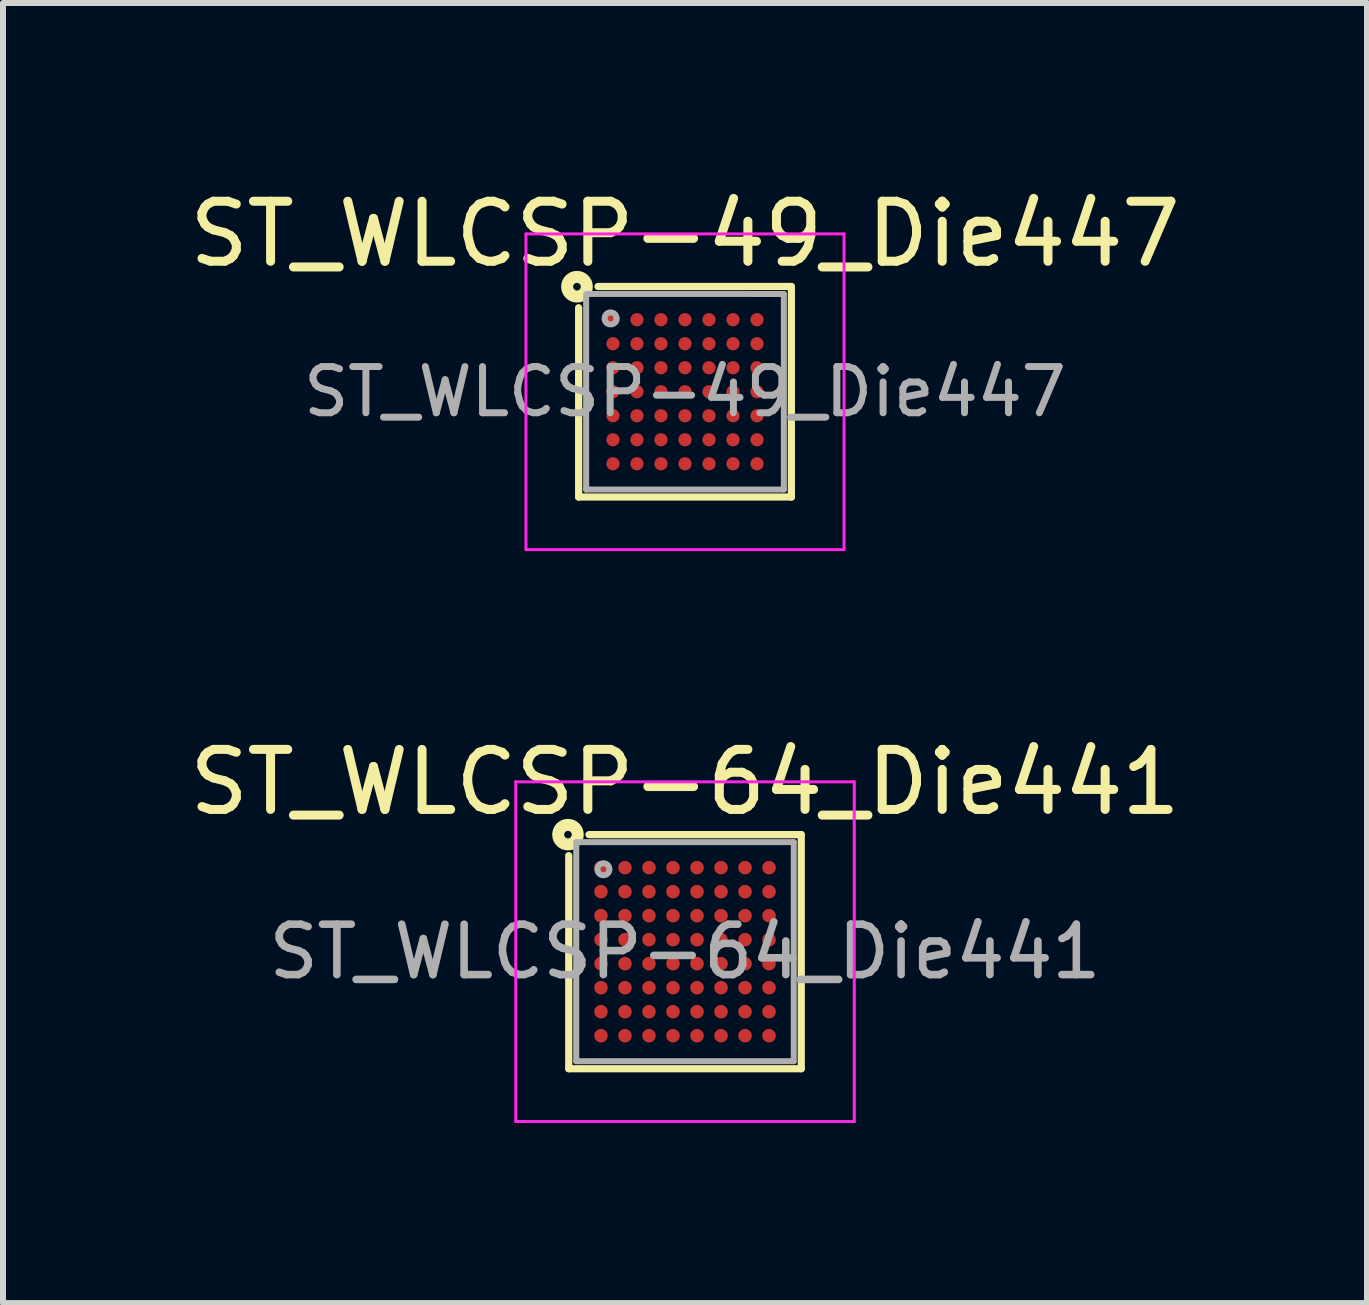
<source format=kicad_pcb>
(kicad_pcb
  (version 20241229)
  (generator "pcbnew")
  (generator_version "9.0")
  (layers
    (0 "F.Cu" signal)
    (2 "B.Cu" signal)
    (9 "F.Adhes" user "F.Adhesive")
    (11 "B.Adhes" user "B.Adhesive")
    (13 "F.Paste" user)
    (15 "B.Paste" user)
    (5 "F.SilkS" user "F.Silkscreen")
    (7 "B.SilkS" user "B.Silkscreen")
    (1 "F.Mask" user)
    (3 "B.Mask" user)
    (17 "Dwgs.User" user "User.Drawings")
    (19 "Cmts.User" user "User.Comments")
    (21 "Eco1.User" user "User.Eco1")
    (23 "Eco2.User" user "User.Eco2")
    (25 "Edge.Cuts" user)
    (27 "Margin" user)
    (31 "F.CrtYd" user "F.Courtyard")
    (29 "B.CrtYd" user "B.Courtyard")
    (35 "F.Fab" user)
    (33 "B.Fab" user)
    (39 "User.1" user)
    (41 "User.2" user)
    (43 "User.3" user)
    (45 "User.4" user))
  (footprint "ST_WLCSP-64_Die441"
    (layer "F.Cu")
    (at 8.363 12.806)
    (property "Reference" "ST_WLCSP-64_Die441" (at 0 -2.825 0) (layer "F.SilkS") (effects (font (size 1 1) (thickness 0.15))))
    (attr smd)
    (fp_line (start -1.937 1.95) (end -1.937 -1.6) (stroke (width 0.12) (type solid)) (layer "F.SilkS"))
    (fp_line (start -1.6 -1.95) (end 1.937 -1.95) (stroke (width 0.12) (type solid)) (layer "F.SilkS"))
    (fp_line (start 1.937 -1.95) (end 1.937 1.95) (stroke (width 0.12) (type solid)) (layer "F.SilkS"))
    (fp_line (start 1.937 1.95) (end -1.937 1.95) (stroke (width 0.12) (type solid)) (layer "F.SilkS"))
    (fp_circle (center -1.95 -1.95) (end -1.887 -1.95) (stroke (width 0.2) (type solid)) (fill no) (layer "F.SilkS"))
    (fp_line (start -2.82 -2.83) (end -2.82 2.83) (stroke (width 0.05) (type solid)) (layer "F.CrtYd"))
    (fp_line (start -2.82 2.83) (end 2.82 2.83) (stroke (width 0.05) (type solid)) (layer "F.CrtYd"))
    (fp_line (start 2.82 -2.83) (end -2.82 -2.83) (stroke (width 0.05) (type solid)) (layer "F.CrtYd"))
    (fp_line (start 2.82 2.83) (end 2.82 -2.83) (stroke (width 0.05) (type solid)) (layer "F.CrtYd"))
    (fp_line (start -1.812 1.825) (end -1.812 -1.81) (stroke (width 0.1) (type solid)) (layer "F.Fab"))
    (fp_line (start -1.81 -1.825) (end 1.812 -1.825) (stroke (width 0.1) (type solid)) (layer "F.Fab"))
    (fp_line (start 1.812 -1.825) (end 1.812 1.825) (stroke (width 0.1) (type solid)) (layer "F.Fab"))
    (fp_line (start 1.812 1.825) (end -1.812 1.825) (stroke (width 0.1) (type solid)) (layer "F.Fab"))
    (fp_circle (center -1.359 -1.373) (end -1.259 -1.373) (stroke (width 0.1) (type solid)) (fill no) (layer "F.Fab"))
    (fp_text user "${REFERENCE}" (at 0 0 0) (layer "F.Fab") (effects (font (size 0.84 0.84) (thickness 0.126))))
    (pad "A1" smd circle (at -1.4 -1.4) (size 0.225 0.225) (layers "F.Cu" "F.Mask" "F.Paste"))
    (pad "A2" smd circle (at -1 -1.4) (size 0.225 0.225) (layers "F.Cu" "F.Mask" "F.Paste"))
    (pad "A3" smd circle (at -0.6 -1.4) (size 0.225 0.225) (layers "F.Cu" "F.Mask" "F.Paste"))
    (pad "A4" smd circle (at -0.2 -1.4) (size 0.225 0.225) (layers "F.Cu" "F.Mask" "F.Paste"))
    (pad "A5" smd circle (at 0.2 -1.4) (size 0.225 0.225) (layers "F.Cu" "F.Mask" "F.Paste"))
    (pad "A6" smd circle (at 0.6 -1.4) (size 0.225 0.225) (layers "F.Cu" "F.Mask" "F.Paste"))
    (pad "A7" smd circle (at 1 -1.4) (size 0.225 0.225) (layers "F.Cu" "F.Mask" "F.Paste"))
    (pad "A8" smd circle (at 1.4 -1.4) (size 0.225 0.225) (layers "F.Cu" "F.Mask" "F.Paste"))
    (pad "B1" smd circle (at -1.4 -1) (size 0.225 0.225) (layers "F.Cu" "F.Mask" "F.Paste"))
    (pad "B2" smd circle (at -1 -1) (size 0.225 0.225) (layers "F.Cu" "F.Mask" "F.Paste"))
    (pad "B3" smd circle (at -0.6 -1) (size 0.225 0.225) (layers "F.Cu" "F.Mask" "F.Paste"))
    (pad "B4" smd circle (at -0.2 -1) (size 0.225 0.225) (layers "F.Cu" "F.Mask" "F.Paste"))
    (pad "B5" smd circle (at 0.2 -1) (size 0.225 0.225) (layers "F.Cu" "F.Mask" "F.Paste"))
    (pad "B6" smd circle (at 0.6 -1) (size 0.225 0.225) (layers "F.Cu" "F.Mask" "F.Paste"))
    (pad "B7" smd circle (at 1 -1) (size 0.225 0.225) (layers "F.Cu" "F.Mask" "F.Paste"))
    (pad "B8" smd circle (at 1.4 -1) (size 0.225 0.225) (layers "F.Cu" "F.Mask" "F.Paste"))
    (pad "C1" smd circle (at -1.4 -0.6) (size 0.225 0.225) (layers "F.Cu" "F.Mask" "F.Paste"))
    (pad "C2" smd circle (at -1 -0.6) (size 0.225 0.225) (layers "F.Cu" "F.Mask" "F.Paste"))
    (pad "C3" smd circle (at -0.6 -0.6) (size 0.225 0.225) (layers "F.Cu" "F.Mask" "F.Paste"))
    (pad "C4" smd circle (at -0.2 -0.6) (size 0.225 0.225) (layers "F.Cu" "F.Mask" "F.Paste"))
    (pad "C5" smd circle (at 0.2 -0.6) (size 0.225 0.225) (layers "F.Cu" "F.Mask" "F.Paste"))
    (pad "C6" smd circle (at 0.6 -0.6) (size 0.225 0.225) (layers "F.Cu" "F.Mask" "F.Paste"))
    (pad "C7" smd circle (at 1 -0.6) (size 0.225 0.225) (layers "F.Cu" "F.Mask" "F.Paste"))
    (pad "C8" smd circle (at 1.4 -0.6) (size 0.225 0.225) (layers "F.Cu" "F.Mask" "F.Paste"))
    (pad "D1" smd circle (at -1.4 -0.2) (size 0.225 0.225) (layers "F.Cu" "F.Mask" "F.Paste"))
    (pad "D2" smd circle (at -1 -0.2) (size 0.225 0.225) (layers "F.Cu" "F.Mask" "F.Paste"))
    (pad "D3" smd circle (at -0.6 -0.2) (size 0.225 0.225) (layers "F.Cu" "F.Mask" "F.Paste"))
    (pad "D4" smd circle (at -0.2 -0.2) (size 0.225 0.225) (layers "F.Cu" "F.Mask" "F.Paste"))
    (pad "D5" smd circle (at 0.2 -0.2) (size 0.225 0.225) (layers "F.Cu" "F.Mask" "F.Paste"))
    (pad "D6" smd circle (at 0.6 -0.2) (size 0.225 0.225) (layers "F.Cu" "F.Mask" "F.Paste"))
    (pad "D7" smd circle (at 1 -0.2) (size 0.225 0.225) (layers "F.Cu" "F.Mask" "F.Paste"))
    (pad "D8" smd circle (at 1.4 -0.2) (size 0.225 0.225) (layers "F.Cu" "F.Mask" "F.Paste"))
    (pad "E1" smd circle (at -1.4 0.2) (size 0.225 0.225) (layers "F.Cu" "F.Mask" "F.Paste"))
    (pad "E2" smd circle (at -1 0.2) (size 0.225 0.225) (layers "F.Cu" "F.Mask" "F.Paste"))
    (pad "E3" smd circle (at -0.6 0.2) (size 0.225 0.225) (layers "F.Cu" "F.Mask" "F.Paste"))
    (pad "E4" smd circle (at -0.2 0.2) (size 0.225 0.225) (layers "F.Cu" "F.Mask" "F.Paste"))
    (pad "E5" smd circle (at 0.2 0.2) (size 0.225 0.225) (layers "F.Cu" "F.Mask" "F.Paste"))
    (pad "E6" smd circle (at 0.6 0.2) (size 0.225 0.225) (layers "F.Cu" "F.Mask" "F.Paste"))
    (pad "E7" smd circle (at 1 0.2) (size 0.225 0.225) (layers "F.Cu" "F.Mask" "F.Paste"))
    (pad "E8" smd circle (at 1.4 0.2) (size 0.225 0.225) (layers "F.Cu" "F.Mask" "F.Paste"))
    (pad "F1" smd circle (at -1.4 0.6) (size 0.225 0.225) (layers "F.Cu" "F.Mask" "F.Paste"))
    (pad "F2" smd circle (at -1 0.6) (size 0.225 0.225) (layers "F.Cu" "F.Mask" "F.Paste"))
    (pad "F3" smd circle (at -0.6 0.6) (size 0.225 0.225) (layers "F.Cu" "F.Mask" "F.Paste"))
    (pad "F4" smd circle (at -0.2 0.6) (size 0.225 0.225) (layers "F.Cu" "F.Mask" "F.Paste"))
    (pad "F5" smd circle (at 0.2 0.6) (size 0.225 0.225) (layers "F.Cu" "F.Mask" "F.Paste"))
    (pad "F6" smd circle (at 0.6 0.6) (size 0.225 0.225) (layers "F.Cu" "F.Mask" "F.Paste"))
    (pad "F7" smd circle (at 1 0.6) (size 0.225 0.225) (layers "F.Cu" "F.Mask" "F.Paste"))
    (pad "F8" smd circle (at 1.4 0.6) (size 0.225 0.225) (layers "F.Cu" "F.Mask" "F.Paste"))
    (pad "G1" smd circle (at -1.4 1) (size 0.225 0.225) (layers "F.Cu" "F.Mask" "F.Paste"))
    (pad "G2" smd circle (at -1 1) (size 0.225 0.225) (layers "F.Cu" "F.Mask" "F.Paste"))
    (pad "G3" smd circle (at -0.6 1) (size 0.225 0.225) (layers "F.Cu" "F.Mask" "F.Paste"))
    (pad "G4" smd circle (at -0.2 1) (size 0.225 0.225) (layers "F.Cu" "F.Mask" "F.Paste"))
    (pad "G5" smd circle (at 0.2 1) (size 0.225 0.225) (layers "F.Cu" "F.Mask" "F.Paste"))
    (pad "G6" smd circle (at 0.6 1) (size 0.225 0.225) (layers "F.Cu" "F.Mask" "F.Paste"))
    (pad "G7" smd circle (at 1 1) (size 0.225 0.225) (layers "F.Cu" "F.Mask" "F.Paste"))
    (pad "G8" smd circle (at 1.4 1) (size 0.225 0.225) (layers "F.Cu" "F.Mask" "F.Paste"))
    (pad "H1" smd circle (at -1.4 1.4) (size 0.225 0.225) (layers "F.Cu" "F.Mask" "F.Paste"))
    (pad "H2" smd circle (at -1 1.4) (size 0.225 0.225) (layers "F.Cu" "F.Mask" "F.Paste"))
    (pad "H3" smd circle (at -0.6 1.4) (size 0.225 0.225) (layers "F.Cu" "F.Mask" "F.Paste"))
    (pad "H4" smd circle (at -0.2 1.4) (size 0.225 0.225) (layers "F.Cu" "F.Mask" "F.Paste"))
    (pad "H5" smd circle (at 0.2 1.4) (size 0.225 0.225) (layers "F.Cu" "F.Mask" "F.Paste"))
    (pad "H6" smd circle (at 0.6 1.4) (size 0.225 0.225) (layers "F.Cu" "F.Mask" "F.Paste"))
    (pad "H7" smd circle (at 1 1.4) (size 0.225 0.225) (layers "F.Cu" "F.Mask" "F.Paste"))
    (pad "H8" smd circle (at 1.4 1.4) (size 0.225 0.225) (layers "F.Cu" "F.Mask" "F.Paste")))
  (footprint "ST_WLCSP-49_Die447"
    (layer "F.Cu")
    (at 8.363 3.477)
    (property "Reference" "ST_WLCSP-49_Die447" (at 0 -2.629 0) (layer "F.SilkS") (effects (font (size 1 1) (thickness 0.15))))
    (attr smd)
    (fp_line (start -1.772 1.754) (end -1.772 -1.4) (stroke (width 0.12) (type solid)) (layer "F.SilkS"))
    (fp_line (start -1.45 -1.754) (end 1.772 -1.754) (stroke (width 0.12) (type solid)) (layer "F.SilkS"))
    (fp_line (start 1.772 -1.754) (end 1.772 1.754) (stroke (width 0.12) (type solid)) (layer "F.SilkS"))
    (fp_line (start 1.772 1.754) (end -1.772 1.754) (stroke (width 0.12) (type solid)) (layer "F.SilkS"))
    (fp_circle (center -1.8 -1.75) (end -1.736 -1.75) (stroke (width 0.2) (type solid)) (fill no) (layer "F.SilkS"))
    (fp_line (start -2.65 -2.63) (end -2.65 2.63) (stroke (width 0.05) (type solid)) (layer "F.CrtYd"))
    (fp_line (start -2.65 2.63) (end 2.65 2.63) (stroke (width 0.05) (type solid)) (layer "F.CrtYd"))
    (fp_line (start 2.65 -2.63) (end -2.65 -2.63) (stroke (width 0.05) (type solid)) (layer "F.CrtYd"))
    (fp_line (start 2.65 2.63) (end 2.65 -2.63) (stroke (width 0.05) (type solid)) (layer "F.CrtYd"))
    (fp_line (start -1.647 1.629) (end -1.647 -1.62) (stroke (width 0.1) (type solid)) (layer "F.Fab"))
    (fp_line (start -1.64 -1.63) (end 1.647 -1.629) (stroke (width 0.1) (type solid)) (layer "F.Fab"))
    (fp_line (start 1.647 -1.629) (end 1.647 1.629) (stroke (width 0.1) (type solid)) (layer "F.Fab"))
    (fp_line (start 1.647 1.629) (end -1.647 1.629) (stroke (width 0.1) (type solid)) (layer "F.Fab"))
    (fp_circle (center -1.24 -1.222) (end -1.14 -1.222) (stroke (width 0.1) (type solid)) (fill no) (layer "F.Fab"))
    (fp_text user "${REFERENCE}" (at 0 0 0) (layer "F.Fab") (effects (font (size 0.77 0.77) (thickness 0.116))))
    (pad "A1" smd circle (at -1.2 -1.2) (size 0.22 0.22) (layers "F.Cu" "F.Mask" "F.Paste"))
    (pad "A2" smd circle (at -0.8 -1.2) (size 0.22 0.22) (layers "F.Cu" "F.Mask" "F.Paste"))
    (pad "A3" smd circle (at -0.4 -1.2) (size 0.22 0.22) (layers "F.Cu" "F.Mask" "F.Paste"))
    (pad "A4" smd circle (at 0 -1.2) (size 0.22 0.22) (layers "F.Cu" "F.Mask" "F.Paste"))
    (pad "A5" smd circle (at 0.4 -1.2) (size 0.22 0.22) (layers "F.Cu" "F.Mask" "F.Paste"))
    (pad "A6" smd circle (at 0.8 -1.2) (size 0.22 0.22) (layers "F.Cu" "F.Mask" "F.Paste"))
    (pad "A7" smd circle (at 1.2 -1.2) (size 0.22 0.22) (layers "F.Cu" "F.Mask" "F.Paste"))
    (pad "B1" smd circle (at -1.2 -0.8) (size 0.22 0.22) (layers "F.Cu" "F.Mask" "F.Paste"))
    (pad "B2" smd circle (at -0.8 -0.8) (size 0.22 0.22) (layers "F.Cu" "F.Mask" "F.Paste"))
    (pad "B3" smd circle (at -0.4 -0.8) (size 0.22 0.22) (layers "F.Cu" "F.Mask" "F.Paste"))
    (pad "B4" smd circle (at 0 -0.8) (size 0.22 0.22) (layers "F.Cu" "F.Mask" "F.Paste"))
    (pad "B5" smd circle (at 0.4 -0.8) (size 0.22 0.22) (layers "F.Cu" "F.Mask" "F.Paste"))
    (pad "B6" smd circle (at 0.8 -0.8) (size 0.22 0.22) (layers "F.Cu" "F.Mask" "F.Paste"))
    (pad "B7" smd circle (at 1.2 -0.8) (size 0.22 0.22) (layers "F.Cu" "F.Mask" "F.Paste"))
    (pad "C1" smd circle (at -1.2 -0.4) (size 0.22 0.22) (layers "F.Cu" "F.Mask" "F.Paste"))
    (pad "C2" smd circle (at -0.8 -0.4) (size 0.22 0.22) (layers "F.Cu" "F.Mask" "F.Paste"))
    (pad "C3" smd circle (at -0.4 -0.4) (size 0.22 0.22) (layers "F.Cu" "F.Mask" "F.Paste"))
    (pad "C4" smd circle (at 0 -0.4) (size 0.22 0.22) (layers "F.Cu" "F.Mask" "F.Paste"))
    (pad "C5" smd circle (at 0.4 -0.4) (size 0.22 0.22) (layers "F.Cu" "F.Mask" "F.Paste"))
    (pad "C6" smd circle (at 0.8 -0.4) (size 0.22 0.22) (layers "F.Cu" "F.Mask" "F.Paste"))
    (pad "C7" smd circle (at 1.2 -0.4) (size 0.22 0.22) (layers "F.Cu" "F.Mask" "F.Paste"))
    (pad "D1" smd circle (at -1.2 0) (size 0.22 0.22) (layers "F.Cu" "F.Mask" "F.Paste"))
    (pad "D2" smd circle (at -0.8 0) (size 0.22 0.22) (layers "F.Cu" "F.Mask" "F.Paste"))
    (pad "D3" smd circle (at -0.4 0) (size 0.22 0.22) (layers "F.Cu" "F.Mask" "F.Paste"))
    (pad "D4" smd circle (at 0 0) (size 0.22 0.22) (layers "F.Cu" "F.Mask" "F.Paste"))
    (pad "D5" smd circle (at 0.4 0) (size 0.22 0.22) (layers "F.Cu" "F.Mask" "F.Paste"))
    (pad "D6" smd circle (at 0.8 0) (size 0.22 0.22) (layers "F.Cu" "F.Mask" "F.Paste"))
    (pad "D7" smd circle (at 1.2 0) (size 0.22 0.22) (layers "F.Cu" "F.Mask" "F.Paste"))
    (pad "E1" smd circle (at -1.2 0.4) (size 0.22 0.22) (layers "F.Cu" "F.Mask" "F.Paste"))
    (pad "E2" smd circle (at -0.8 0.4) (size 0.22 0.22) (layers "F.Cu" "F.Mask" "F.Paste"))
    (pad "E3" smd circle (at -0.4 0.4) (size 0.22 0.22) (layers "F.Cu" "F.Mask" "F.Paste"))
    (pad "E4" smd circle (at 0 0.4) (size 0.22 0.22) (layers "F.Cu" "F.Mask" "F.Paste"))
    (pad "E5" smd circle (at 0.4 0.4) (size 0.22 0.22) (layers "F.Cu" "F.Mask" "F.Paste"))
    (pad "E6" smd circle (at 0.8 0.4) (size 0.22 0.22) (layers "F.Cu" "F.Mask" "F.Paste"))
    (pad "E7" smd circle (at 1.2 0.4) (size 0.22 0.22) (layers "F.Cu" "F.Mask" "F.Paste"))
    (pad "F1" smd circle (at -1.2 0.8) (size 0.22 0.22) (layers "F.Cu" "F.Mask" "F.Paste"))
    (pad "F2" smd circle (at -0.8 0.8) (size 0.22 0.22) (layers "F.Cu" "F.Mask" "F.Paste"))
    (pad "F3" smd circle (at -0.4 0.8) (size 0.22 0.22) (layers "F.Cu" "F.Mask" "F.Paste"))
    (pad "F4" smd circle (at 0 0.8) (size 0.22 0.22) (layers "F.Cu" "F.Mask" "F.Paste"))
    (pad "F5" smd circle (at 0.4 0.8) (size 0.22 0.22) (layers "F.Cu" "F.Mask" "F.Paste"))
    (pad "F6" smd circle (at 0.8 0.8) (size 0.22 0.22) (layers "F.Cu" "F.Mask" "F.Paste"))
    (pad "F7" smd circle (at 1.2 0.8) (size 0.22 0.22) (layers "F.Cu" "F.Mask" "F.Paste"))
    (pad "G1" smd circle (at -1.2 1.2) (size 0.22 0.22) (layers "F.Cu" "F.Mask" "F.Paste"))
    (pad "G2" smd circle (at -0.8 1.2) (size 0.22 0.22) (layers "F.Cu" "F.Mask" "F.Paste"))
    (pad "G3" smd circle (at -0.4 1.2) (size 0.22 0.22) (layers "F.Cu" "F.Mask" "F.Paste"))
    (pad "G4" smd circle (at 0 1.2) (size 0.22 0.22) (layers "F.Cu" "F.Mask" "F.Paste"))
    (pad "G5" smd circle (at 0.4 1.2) (size 0.22 0.22) (layers "F.Cu" "F.Mask" "F.Paste"))
    (pad "G6" smd circle (at 0.8 1.2) (size 0.22 0.22) (layers "F.Cu" "F.Mask" "F.Paste"))
    (pad "G7" smd circle (at 1.2 1.2) (size 0.22 0.22) (layers "F.Cu" "F.Mask" "F.Paste")))
  (gr_rect
    (start -3 -3)
    (end 19.726 18.661)
    (stroke (width 0.1) (type default))
    (fill no)
    (layer "Edge.Cuts")))
</source>
